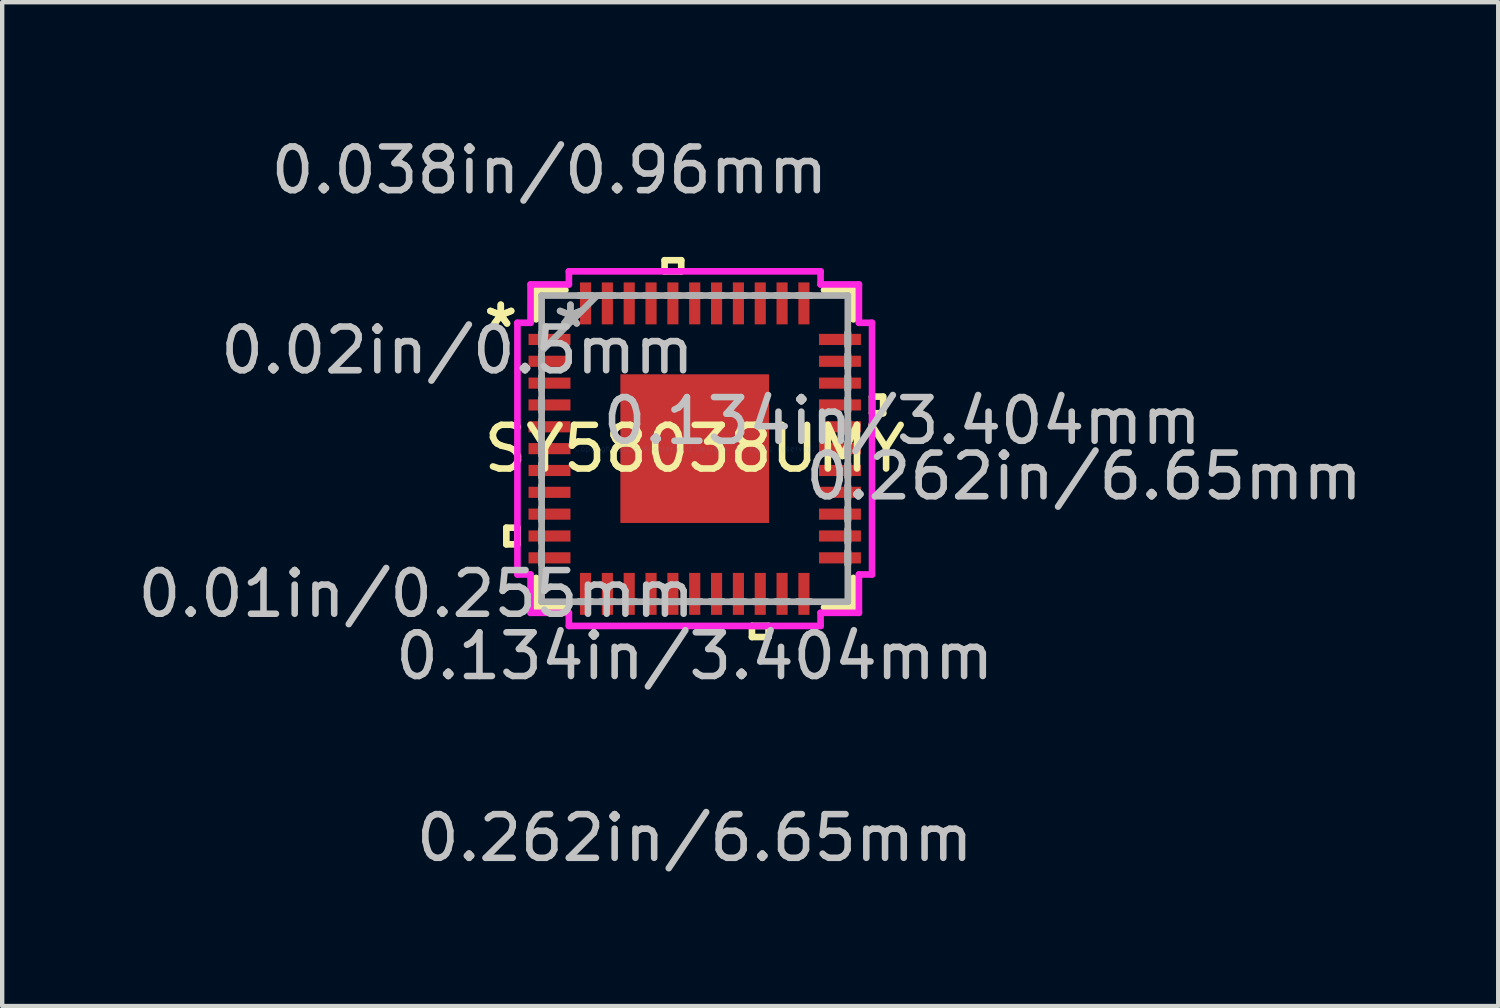
<source format=kicad_pcb>
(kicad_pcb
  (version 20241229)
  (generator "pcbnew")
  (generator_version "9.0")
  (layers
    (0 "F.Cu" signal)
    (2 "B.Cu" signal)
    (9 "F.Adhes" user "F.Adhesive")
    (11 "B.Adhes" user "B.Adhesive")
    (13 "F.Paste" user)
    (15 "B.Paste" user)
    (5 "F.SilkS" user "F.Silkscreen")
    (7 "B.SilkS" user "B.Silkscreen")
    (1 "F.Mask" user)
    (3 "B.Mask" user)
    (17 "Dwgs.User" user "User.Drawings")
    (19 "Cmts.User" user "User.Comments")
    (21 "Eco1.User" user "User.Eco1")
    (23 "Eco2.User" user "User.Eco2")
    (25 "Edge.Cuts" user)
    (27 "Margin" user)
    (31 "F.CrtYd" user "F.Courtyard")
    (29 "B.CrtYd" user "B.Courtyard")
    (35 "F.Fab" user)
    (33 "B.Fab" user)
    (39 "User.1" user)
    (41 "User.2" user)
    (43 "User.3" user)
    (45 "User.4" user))
  (footprint "SY58038UMY"
    (layer "F.Cu")
    (at 12.855 7.221)
    (property "Reference" "SY58038UMY" (at 0 0 0) (layer "F.SilkS") (effects (font (size 1 1) (thickness 0.15))))
    (attr through_hole)
    (fp_line (start -4.313 1.81) (end -4.313 2.191) (stroke (width 0.152) (type solid)) (layer "F.SilkS"))
    (fp_line (start -4.313 2.191) (end -4.059 2.191) (stroke (width 0.152) (type solid)) (layer "F.SilkS"))
    (fp_line (start -4.059 1.81) (end -4.313 1.81) (stroke (width 0.152) (type solid)) (layer "F.SilkS"))
    (fp_line (start -4.059 2.191) (end -4.059 1.81) (stroke (width 0.152) (type solid)) (layer "F.SilkS"))
    (fp_line (start -3.632 -3.632) (end -3.632 -2.96) (stroke (width 0.152) (type solid)) (layer "F.SilkS"))
    (fp_line (start -3.632 2.96) (end -3.632 3.632) (stroke (width 0.152) (type solid)) (layer "F.SilkS"))
    (fp_line (start -3.632 3.632) (end -2.96 3.632) (stroke (width 0.152) (type solid)) (layer "F.SilkS"))
    (fp_line (start -2.96 -3.632) (end -3.632 -3.632) (stroke (width 0.152) (type solid)) (layer "F.SilkS"))
    (fp_line (start -0.69 -4.313) (end -0.309 -4.313) (stroke (width 0.152) (type solid)) (layer "F.SilkS"))
    (fp_line (start -0.69 -4.059) (end -0.69 -4.313) (stroke (width 0.152) (type solid)) (layer "F.SilkS"))
    (fp_line (start -0.309 -4.313) (end -0.309 -4.059) (stroke (width 0.152) (type solid)) (layer "F.SilkS"))
    (fp_line (start -0.309 -4.059) (end -0.69 -4.059) (stroke (width 0.152) (type solid)) (layer "F.SilkS"))
    (fp_line (start 1.31 4.059) (end 1.31 4.313) (stroke (width 0.152) (type solid)) (layer "F.SilkS"))
    (fp_line (start 1.31 4.313) (end 1.69 4.313) (stroke (width 0.152) (type solid)) (layer "F.SilkS"))
    (fp_line (start 1.69 4.059) (end 1.31 4.059) (stroke (width 0.152) (type solid)) (layer "F.SilkS"))
    (fp_line (start 1.69 4.313) (end 1.69 4.059) (stroke (width 0.152) (type solid)) (layer "F.SilkS"))
    (fp_line (start 2.96 3.632) (end 3.632 3.632) (stroke (width 0.152) (type solid)) (layer "F.SilkS"))
    (fp_line (start 3.632 -3.632) (end 2.96 -3.632) (stroke (width 0.152) (type solid)) (layer "F.SilkS"))
    (fp_line (start 3.632 -2.96) (end 3.632 -3.632) (stroke (width 0.152) (type solid)) (layer "F.SilkS"))
    (fp_line (start 3.632 3.632) (end 3.632 2.96) (stroke (width 0.152) (type solid)) (layer "F.SilkS"))
    (fp_line (start 4.059 -1.191) (end 4.313 -1.191) (stroke (width 0.152) (type solid)) (layer "F.SilkS"))
    (fp_line (start 4.059 -0.81) (end 4.059 -1.191) (stroke (width 0.152) (type solid)) (layer "F.SilkS"))
    (fp_line (start 4.313 -1.191) (end 4.313 -0.81) (stroke (width 0.152) (type solid)) (layer "F.SilkS"))
    (fp_line (start 4.313 -0.81) (end 4.059 -0.81) (stroke (width 0.152) (type solid)) (layer "F.SilkS"))
    (fp_line (start -1.602 -1.602) (end -1.602 -0.1) (stroke (width 0.152) (type solid)) (layer "F.Paste"))
    (fp_line (start -1.602 -0.1) (end -0.1 -0.1) (stroke (width 0.152) (type solid)) (layer "F.Paste"))
    (fp_line (start -1.602 0.1) (end -1.602 1.602) (stroke (width 0.152) (type solid)) (layer "F.Paste"))
    (fp_line (start -1.602 1.602) (end -0.1 1.602) (stroke (width 0.152) (type solid)) (layer "F.Paste"))
    (fp_line (start -0.1 -1.602) (end -1.602 -1.602) (stroke (width 0.152) (type solid)) (layer "F.Paste"))
    (fp_line (start -0.1 -0.1) (end -0.1 -1.602) (stroke (width 0.152) (type solid)) (layer "F.Paste"))
    (fp_line (start -0.1 0.1) (end -1.602 0.1) (stroke (width 0.152) (type solid)) (layer "F.Paste"))
    (fp_line (start -0.1 1.602) (end -0.1 0.1) (stroke (width 0.152) (type solid)) (layer "F.Paste"))
    (fp_line (start 0.1 -1.602) (end 0.1 -0.1) (stroke (width 0.152) (type solid)) (layer "F.Paste"))
    (fp_line (start 0.1 -0.1) (end 1.602 -0.1) (stroke (width 0.152) (type solid)) (layer "F.Paste"))
    (fp_line (start 0.1 0.1) (end 0.1 1.602) (stroke (width 0.152) (type solid)) (layer "F.Paste"))
    (fp_line (start 0.1 1.602) (end 1.602 1.602) (stroke (width 0.152) (type solid)) (layer "F.Paste"))
    (fp_line (start 1.602 -1.602) (end 0.1 -1.602) (stroke (width 0.152) (type solid)) (layer "F.Paste"))
    (fp_line (start 1.602 -0.1) (end 1.602 -1.602) (stroke (width 0.152) (type solid)) (layer "F.Paste"))
    (fp_line (start 1.602 0.1) (end 0.1 0.1) (stroke (width 0.152) (type solid)) (layer "F.Paste"))
    (fp_line (start 1.602 1.602) (end 1.602 0.1) (stroke (width 0.152) (type solid)) (layer "F.Paste"))
    (fp_line (start -4.059 -2.881) (end -3.759 -2.881) (stroke (width 0.152) (type solid)) (layer "F.CrtYd"))
    (fp_line (start -4.059 2.881) (end -4.059 -2.881) (stroke (width 0.152) (type solid)) (layer "F.CrtYd"))
    (fp_line (start -3.759 -3.759) (end -2.881 -3.759) (stroke (width 0.152) (type solid)) (layer "F.CrtYd"))
    (fp_line (start -3.759 -2.881) (end -3.759 -3.759) (stroke (width 0.152) (type solid)) (layer "F.CrtYd"))
    (fp_line (start -3.759 2.881) (end -4.059 2.881) (stroke (width 0.152) (type solid)) (layer "F.CrtYd"))
    (fp_line (start -3.759 3.759) (end -3.759 2.881) (stroke (width 0.152) (type solid)) (layer "F.CrtYd"))
    (fp_line (start -2.881 -4.059) (end 2.881 -4.059) (stroke (width 0.152) (type solid)) (layer "F.CrtYd"))
    (fp_line (start -2.881 -3.759) (end -2.881 -4.059) (stroke (width 0.152) (type solid)) (layer "F.CrtYd"))
    (fp_line (start -2.881 3.759) (end -3.759 3.759) (stroke (width 0.152) (type solid)) (layer "F.CrtYd"))
    (fp_line (start -2.881 4.059) (end -2.881 3.759) (stroke (width 0.152) (type solid)) (layer "F.CrtYd"))
    (fp_line (start 2.881 -4.059) (end 2.881 -3.759) (stroke (width 0.152) (type solid)) (layer "F.CrtYd"))
    (fp_line (start 2.881 -3.759) (end 3.759 -3.759) (stroke (width 0.152) (type solid)) (layer "F.CrtYd"))
    (fp_line (start 2.881 3.759) (end 2.881 4.059) (stroke (width 0.152) (type solid)) (layer "F.CrtYd"))
    (fp_line (start 2.881 4.059) (end -2.881 4.059) (stroke (width 0.152) (type solid)) (layer "F.CrtYd"))
    (fp_line (start 3.759 -3.759) (end 3.759 -2.881) (stroke (width 0.152) (type solid)) (layer "F.CrtYd"))
    (fp_line (start 3.759 -2.881) (end 4.059 -2.881) (stroke (width 0.152) (type solid)) (layer "F.CrtYd"))
    (fp_line (start 3.759 2.881) (end 3.759 3.759) (stroke (width 0.152) (type solid)) (layer "F.CrtYd"))
    (fp_line (start 3.759 3.759) (end 2.881 3.759) (stroke (width 0.152) (type solid)) (layer "F.CrtYd"))
    (fp_line (start 4.059 -2.881) (end 4.059 2.881) (stroke (width 0.152) (type solid)) (layer "F.CrtYd"))
    (fp_line (start 4.059 2.881) (end 3.759 2.881) (stroke (width 0.152) (type solid)) (layer "F.CrtYd"))
    (fp_line (start -3.505 -3.505) (end -3.505 -3.505) (stroke (width 0.152) (type solid)) (layer "F.Fab"))
    (fp_line (start -3.505 -3.505) (end -3.505 3.505) (stroke (width 0.152) (type solid)) (layer "F.Fab"))
    (fp_line (start -3.505 -2.652) (end -3.505 -2.652) (stroke (width 0.152) (type solid)) (layer "F.Fab"))
    (fp_line (start -3.505 -2.652) (end -3.505 -2.348) (stroke (width 0.152) (type solid)) (layer "F.Fab"))
    (fp_line (start -3.505 -2.348) (end -3.505 -2.652) (stroke (width 0.152) (type solid)) (layer "F.Fab"))
    (fp_line (start -3.505 -2.348) (end -3.505 -2.348) (stroke (width 0.152) (type solid)) (layer "F.Fab"))
    (fp_line (start -3.505 -2.235) (end -2.235 -3.505) (stroke (width 0.152) (type solid)) (layer "F.Fab"))
    (fp_line (start -3.505 -2.152) (end -3.505 -2.152) (stroke (width 0.152) (type solid)) (layer "F.Fab"))
    (fp_line (start -3.505 -2.152) (end -3.505 -1.848) (stroke (width 0.152) (type solid)) (layer "F.Fab"))
    (fp_line (start -3.505 -1.848) (end -3.505 -2.152) (stroke (width 0.152) (type solid)) (layer "F.Fab"))
    (fp_line (start -3.505 -1.848) (end -3.505 -1.848) (stroke (width 0.152) (type solid)) (layer "F.Fab"))
    (fp_line (start -3.505 -1.652) (end -3.505 -1.652) (stroke (width 0.152) (type solid)) (layer "F.Fab"))
    (fp_line (start -3.505 -1.652) (end -3.505 -1.348) (stroke (width 0.152) (type solid)) (layer "F.Fab"))
    (fp_line (start -3.505 -1.348) (end -3.505 -1.652) (stroke (width 0.152) (type solid)) (layer "F.Fab"))
    (fp_line (start -3.505 -1.348) (end -3.505 -1.348) (stroke (width 0.152) (type solid)) (layer "F.Fab"))
    (fp_line (start -3.505 -1.152) (end -3.505 -1.152) (stroke (width 0.152) (type solid)) (layer "F.Fab"))
    (fp_line (start -3.505 -1.152) (end -3.505 -0.848) (stroke (width 0.152) (type solid)) (layer "F.Fab"))
    (fp_line (start -3.505 -0.848) (end -3.505 -1.152) (stroke (width 0.152) (type solid)) (layer "F.Fab"))
    (fp_line (start -3.505 -0.848) (end -3.505 -0.848) (stroke (width 0.152) (type solid)) (layer "F.Fab"))
    (fp_line (start -3.505 -0.652) (end -3.505 -0.652) (stroke (width 0.152) (type solid)) (layer "F.Fab"))
    (fp_line (start -3.505 -0.652) (end -3.505 -0.348) (stroke (width 0.152) (type solid)) (layer "F.Fab"))
    (fp_line (start -3.505 -0.348) (end -3.505 -0.652) (stroke (width 0.152) (type solid)) (layer "F.Fab"))
    (fp_line (start -3.505 -0.348) (end -3.505 -0.348) (stroke (width 0.152) (type solid)) (layer "F.Fab"))
    (fp_line (start -3.505 -0.152) (end -3.505 -0.152) (stroke (width 0.152) (type solid)) (layer "F.Fab"))
    (fp_line (start -3.505 -0.152) (end -3.505 0.152) (stroke (width 0.152) (type solid)) (layer "F.Fab"))
    (fp_line (start -3.505 0.152) (end -3.505 -0.152) (stroke (width 0.152) (type solid)) (layer "F.Fab"))
    (fp_line (start -3.505 0.152) (end -3.505 0.152) (stroke (width 0.152) (type solid)) (layer "F.Fab"))
    (fp_line (start -3.505 0.348) (end -3.505 0.348) (stroke (width 0.152) (type solid)) (layer "F.Fab"))
    (fp_line (start -3.505 0.348) (end -3.505 0.652) (stroke (width 0.152) (type solid)) (layer "F.Fab"))
    (fp_line (start -3.505 0.652) (end -3.505 0.348) (stroke (width 0.152) (type solid)) (layer "F.Fab"))
    (fp_line (start -3.505 0.652) (end -3.505 0.652) (stroke (width 0.152) (type solid)) (layer "F.Fab"))
    (fp_line (start -3.505 0.848) (end -3.505 0.848) (stroke (width 0.152) (type solid)) (layer "F.Fab"))
    (fp_line (start -3.505 0.848) (end -3.505 1.152) (stroke (width 0.152) (type solid)) (layer "F.Fab"))
    (fp_line (start -3.505 1.152) (end -3.505 0.848) (stroke (width 0.152) (type solid)) (layer "F.Fab"))
    (fp_line (start -3.505 1.152) (end -3.505 1.152) (stroke (width 0.152) (type solid)) (layer "F.Fab"))
    (fp_line (start -3.505 1.348) (end -3.505 1.348) (stroke (width 0.152) (type solid)) (layer "F.Fab"))
    (fp_line (start -3.505 1.348) (end -3.505 1.652) (stroke (width 0.152) (type solid)) (layer "F.Fab"))
    (fp_line (start -3.505 1.652) (end -3.505 1.348) (stroke (width 0.152) (type solid)) (layer "F.Fab"))
    (fp_line (start -3.505 1.652) (end -3.505 1.652) (stroke (width 0.152) (type solid)) (layer "F.Fab"))
    (fp_line (start -3.505 1.848) (end -3.505 1.848) (stroke (width 0.152) (type solid)) (layer "F.Fab"))
    (fp_line (start -3.505 1.848) (end -3.505 2.152) (stroke (width 0.152) (type solid)) (layer "F.Fab"))
    (fp_line (start -3.505 2.152) (end -3.505 1.848) (stroke (width 0.152) (type solid)) (layer "F.Fab"))
    (fp_line (start -3.505 2.152) (end -3.505 2.152) (stroke (width 0.152) (type solid)) (layer "F.Fab"))
    (fp_line (start -3.505 2.348) (end -3.505 2.348) (stroke (width 0.152) (type solid)) (layer "F.Fab"))
    (fp_line (start -3.505 2.348) (end -3.505 2.652) (stroke (width 0.152) (type solid)) (layer "F.Fab"))
    (fp_line (start -3.505 2.652) (end -3.505 2.348) (stroke (width 0.152) (type solid)) (layer "F.Fab"))
    (fp_line (start -3.505 2.652) (end -3.505 2.652) (stroke (width 0.152) (type solid)) (layer "F.Fab"))
    (fp_line (start -3.505 3.505) (end -3.505 3.505) (stroke (width 0.152) (type solid)) (layer "F.Fab"))
    (fp_line (start -3.505 3.505) (end 3.505 3.505) (stroke (width 0.152) (type solid)) (layer "F.Fab"))
    (fp_line (start -2.652 -3.505) (end -2.652 -3.505) (stroke (width 0.152) (type solid)) (layer "F.Fab"))
    (fp_line (start -2.652 -3.505) (end -2.348 -3.505) (stroke (width 0.152) (type solid)) (layer "F.Fab"))
    (fp_line (start -2.652 3.505) (end -2.652 3.505) (stroke (width 0.152) (type solid)) (layer "F.Fab"))
    (fp_line (start -2.652 3.505) (end -2.348 3.505) (stroke (width 0.152) (type solid)) (layer "F.Fab"))
    (fp_line (start -2.348 -3.505) (end -2.652 -3.505) (stroke (width 0.152) (type solid)) (layer "F.Fab"))
    (fp_line (start -2.348 -3.505) (end -2.348 -3.505) (stroke (width 0.152) (type solid)) (layer "F.Fab"))
    (fp_line (start -2.348 3.505) (end -2.652 3.505) (stroke (width 0.152) (type solid)) (layer "F.Fab"))
    (fp_line (start -2.348 3.505) (end -2.348 3.505) (stroke (width 0.152) (type solid)) (layer "F.Fab"))
    (fp_line (start -2.152 -3.505) (end -2.152 -3.505) (stroke (width 0.152) (type solid)) (layer "F.Fab"))
    (fp_line (start -2.152 -3.505) (end -1.848 -3.505) (stroke (width 0.152) (type solid)) (layer "F.Fab"))
    (fp_line (start -2.152 3.505) (end -2.152 3.505) (stroke (width 0.152) (type solid)) (layer "F.Fab"))
    (fp_line (start -2.152 3.505) (end -1.848 3.505) (stroke (width 0.152) (type solid)) (layer "F.Fab"))
    (fp_line (start -1.848 -3.505) (end -2.152 -3.505) (stroke (width 0.152) (type solid)) (layer "F.Fab"))
    (fp_line (start -1.848 -3.505) (end -1.848 -3.505) (stroke (width 0.152) (type solid)) (layer "F.Fab"))
    (fp_line (start -1.848 3.505) (end -2.152 3.505) (stroke (width 0.152) (type solid)) (layer "F.Fab"))
    (fp_line (start -1.848 3.505) (end -1.848 3.505) (stroke (width 0.152) (type solid)) (layer "F.Fab"))
    (fp_line (start -1.652 -3.505) (end -1.652 -3.505) (stroke (width 0.152) (type solid)) (layer "F.Fab"))
    (fp_line (start -1.652 -3.505) (end -1.348 -3.505) (stroke (width 0.152) (type solid)) (layer "F.Fab"))
    (fp_line (start -1.652 3.505) (end -1.652 3.505) (stroke (width 0.152) (type solid)) (layer "F.Fab"))
    (fp_line (start -1.652 3.505) (end -1.348 3.505) (stroke (width 0.152) (type solid)) (layer "F.Fab"))
    (fp_line (start -1.348 -3.505) (end -1.652 -3.505) (stroke (width 0.152) (type solid)) (layer "F.Fab"))
    (fp_line (start -1.348 -3.505) (end -1.348 -3.505) (stroke (width 0.152) (type solid)) (layer "F.Fab"))
    (fp_line (start -1.348 3.505) (end -1.652 3.505) (stroke (width 0.152) (type solid)) (layer "F.Fab"))
    (fp_line (start -1.348 3.505) (end -1.348 3.505) (stroke (width 0.152) (type solid)) (layer "F.Fab"))
    (fp_line (start -1.152 -3.505) (end -1.152 -3.505) (stroke (width 0.152) (type solid)) (layer "F.Fab"))
    (fp_line (start -1.152 -3.505) (end -0.848 -3.505) (stroke (width 0.152) (type solid)) (layer "F.Fab"))
    (fp_line (start -1.152 3.505) (end -1.152 3.505) (stroke (width 0.152) (type solid)) (layer "F.Fab"))
    (fp_line (start -1.152 3.505) (end -0.848 3.505) (stroke (width 0.152) (type solid)) (layer "F.Fab"))
    (fp_line (start -0.848 -3.505) (end -1.152 -3.505) (stroke (width 0.152) (type solid)) (layer "F.Fab"))
    (fp_line (start -0.848 -3.505) (end -0.848 -3.505) (stroke (width 0.152) (type solid)) (layer "F.Fab"))
    (fp_line (start -0.848 3.505) (end -1.152 3.505) (stroke (width 0.152) (type solid)) (layer "F.Fab"))
    (fp_line (start -0.848 3.505) (end -0.848 3.505) (stroke (width 0.152) (type solid)) (layer "F.Fab"))
    (fp_line (start -0.652 -3.505) (end -0.652 -3.505) (stroke (width 0.152) (type solid)) (layer "F.Fab"))
    (fp_line (start -0.652 -3.505) (end -0.348 -3.505) (stroke (width 0.152) (type solid)) (layer "F.Fab"))
    (fp_line (start -0.652 3.505) (end -0.652 3.505) (stroke (width 0.152) (type solid)) (layer "F.Fab"))
    (fp_line (start -0.652 3.505) (end -0.348 3.505) (stroke (width 0.152) (type solid)) (layer "F.Fab"))
    (fp_line (start -0.348 -3.505) (end -0.652 -3.505) (stroke (width 0.152) (type solid)) (layer "F.Fab"))
    (fp_line (start -0.348 -3.505) (end -0.348 -3.505) (stroke (width 0.152) (type solid)) (layer "F.Fab"))
    (fp_line (start -0.348 3.505) (end -0.652 3.505) (stroke (width 0.152) (type solid)) (layer "F.Fab"))
    (fp_line (start -0.348 3.505) (end -0.348 3.505) (stroke (width 0.152) (type solid)) (layer "F.Fab"))
    (fp_line (start -0.152 -3.505) (end -0.152 -3.505) (stroke (width 0.152) (type solid)) (layer "F.Fab"))
    (fp_line (start -0.152 -3.505) (end 0.152 -3.505) (stroke (width 0.152) (type solid)) (layer "F.Fab"))
    (fp_line (start -0.152 3.505) (end -0.152 3.505) (stroke (width 0.152) (type solid)) (layer "F.Fab"))
    (fp_line (start -0.152 3.505) (end 0.152 3.505) (stroke (width 0.152) (type solid)) (layer "F.Fab"))
    (fp_line (start 0.152 -3.505) (end -0.152 -3.505) (stroke (width 0.152) (type solid)) (layer "F.Fab"))
    (fp_line (start 0.152 -3.505) (end 0.152 -3.505) (stroke (width 0.152) (type solid)) (layer "F.Fab"))
    (fp_line (start 0.152 3.505) (end -0.152 3.505) (stroke (width 0.152) (type solid)) (layer "F.Fab"))
    (fp_line (start 0.152 3.505) (end 0.152 3.505) (stroke (width 0.152) (type solid)) (layer "F.Fab"))
    (fp_line (start 0.348 -3.505) (end 0.348 -3.505) (stroke (width 0.152) (type solid)) (layer "F.Fab"))
    (fp_line (start 0.348 -3.505) (end 0.652 -3.505) (stroke (width 0.152) (type solid)) (layer "F.Fab"))
    (fp_line (start 0.348 3.505) (end 0.348 3.505) (stroke (width 0.152) (type solid)) (layer "F.Fab"))
    (fp_line (start 0.348 3.505) (end 0.652 3.505) (stroke (width 0.152) (type solid)) (layer "F.Fab"))
    (fp_line (start 0.652 -3.505) (end 0.348 -3.505) (stroke (width 0.152) (type solid)) (layer "F.Fab"))
    (fp_line (start 0.652 -3.505) (end 0.652 -3.505) (stroke (width 0.152) (type solid)) (layer "F.Fab"))
    (fp_line (start 0.652 3.505) (end 0.348 3.505) (stroke (width 0.152) (type solid)) (layer "F.Fab"))
    (fp_line (start 0.652 3.505) (end 0.652 3.505) (stroke (width 0.152) (type solid)) (layer "F.Fab"))
    (fp_line (start 0.848 -3.505) (end 0.848 -3.505) (stroke (width 0.152) (type solid)) (layer "F.Fab"))
    (fp_line (start 0.848 -3.505) (end 1.152 -3.505) (stroke (width 0.152) (type solid)) (layer "F.Fab"))
    (fp_line (start 0.848 3.505) (end 0.848 3.505) (stroke (width 0.152) (type solid)) (layer "F.Fab"))
    (fp_line (start 0.848 3.505) (end 1.152 3.505) (stroke (width 0.152) (type solid)) (layer "F.Fab"))
    (fp_line (start 1.152 -3.505) (end 0.848 -3.505) (stroke (width 0.152) (type solid)) (layer "F.Fab"))
    (fp_line (start 1.152 -3.505) (end 1.152 -3.505) (stroke (width 0.152) (type solid)) (layer "F.Fab"))
    (fp_line (start 1.152 3.505) (end 0.848 3.505) (stroke (width 0.152) (type solid)) (layer "F.Fab"))
    (fp_line (start 1.152 3.505) (end 1.152 3.505) (stroke (width 0.152) (type solid)) (layer "F.Fab"))
    (fp_line (start 1.348 -3.505) (end 1.348 -3.505) (stroke (width 0.152) (type solid)) (layer "F.Fab"))
    (fp_line (start 1.348 -3.505) (end 1.652 -3.505) (stroke (width 0.152) (type solid)) (layer "F.Fab"))
    (fp_line (start 1.348 3.505) (end 1.348 3.505) (stroke (width 0.152) (type solid)) (layer "F.Fab"))
    (fp_line (start 1.348 3.505) (end 1.652 3.505) (stroke (width 0.152) (type solid)) (layer "F.Fab"))
    (fp_line (start 1.652 -3.505) (end 1.348 -3.505) (stroke (width 0.152) (type solid)) (layer "F.Fab"))
    (fp_line (start 1.652 -3.505) (end 1.652 -3.505) (stroke (width 0.152) (type solid)) (layer "F.Fab"))
    (fp_line (start 1.652 3.505) (end 1.348 3.505) (stroke (width 0.152) (type solid)) (layer "F.Fab"))
    (fp_line (start 1.652 3.505) (end 1.652 3.505) (stroke (width 0.152) (type solid)) (layer "F.Fab"))
    (fp_line (start 1.848 -3.505) (end 1.848 -3.505) (stroke (width 0.152) (type solid)) (layer "F.Fab"))
    (fp_line (start 1.848 -3.505) (end 2.152 -3.505) (stroke (width 0.152) (type solid)) (layer "F.Fab"))
    (fp_line (start 1.848 3.505) (end 1.848 3.505) (stroke (width 0.152) (type solid)) (layer "F.Fab"))
    (fp_line (start 1.848 3.505) (end 2.152 3.505) (stroke (width 0.152) (type solid)) (layer "F.Fab"))
    (fp_line (start 2.152 -3.505) (end 1.848 -3.505) (stroke (width 0.152) (type solid)) (layer "F.Fab"))
    (fp_line (start 2.152 -3.505) (end 2.152 -3.505) (stroke (width 0.152) (type solid)) (layer "F.Fab"))
    (fp_line (start 2.152 3.505) (end 1.848 3.505) (stroke (width 0.152) (type solid)) (layer "F.Fab"))
    (fp_line (start 2.152 3.505) (end 2.152 3.505) (stroke (width 0.152) (type solid)) (layer "F.Fab"))
    (fp_line (start 2.348 -3.505) (end 2.348 -3.505) (stroke (width 0.152) (type solid)) (layer "F.Fab"))
    (fp_line (start 2.348 -3.505) (end 2.652 -3.505) (stroke (width 0.152) (type solid)) (layer "F.Fab"))
    (fp_line (start 2.348 3.505) (end 2.348 3.505) (stroke (width 0.152) (type solid)) (layer "F.Fab"))
    (fp_line (start 2.348 3.505) (end 2.652 3.505) (stroke (width 0.152) (type solid)) (layer "F.Fab"))
    (fp_line (start 2.652 -3.505) (end 2.348 -3.505) (stroke (width 0.152) (type solid)) (layer "F.Fab"))
    (fp_line (start 2.652 -3.505) (end 2.652 -3.505) (stroke (width 0.152) (type solid)) (layer "F.Fab"))
    (fp_line (start 2.652 3.505) (end 2.348 3.505) (stroke (width 0.152) (type solid)) (layer "F.Fab"))
    (fp_line (start 2.652 3.505) (end 2.652 3.505) (stroke (width 0.152) (type solid)) (layer "F.Fab"))
    (fp_line (start 3.505 -3.505) (end -3.505 -3.505) (stroke (width 0.152) (type solid)) (layer "F.Fab"))
    (fp_line (start 3.505 -3.505) (end 3.505 -3.505) (stroke (width 0.152) (type solid)) (layer "F.Fab"))
    (fp_line (start 3.505 -2.652) (end 3.505 -2.652) (stroke (width 0.152) (type solid)) (layer "F.Fab"))
    (fp_line (start 3.505 -2.652) (end 3.505 -2.348) (stroke (width 0.152) (type solid)) (layer "F.Fab"))
    (fp_line (start 3.505 -2.348) (end 3.505 -2.652) (stroke (width 0.152) (type solid)) (layer "F.Fab"))
    (fp_line (start 3.505 -2.348) (end 3.505 -2.348) (stroke (width 0.152) (type solid)) (layer "F.Fab"))
    (fp_line (start 3.505 -2.152) (end 3.505 -2.152) (stroke (width 0.152) (type solid)) (layer "F.Fab"))
    (fp_line (start 3.505 -2.152) (end 3.505 -1.848) (stroke (width 0.152) (type solid)) (layer "F.Fab"))
    (fp_line (start 3.505 -1.848) (end 3.505 -2.152) (stroke (width 0.152) (type solid)) (layer "F.Fab"))
    (fp_line (start 3.505 -1.848) (end 3.505 -1.848) (stroke (width 0.152) (type solid)) (layer "F.Fab"))
    (fp_line (start 3.505 -1.652) (end 3.505 -1.652) (stroke (width 0.152) (type solid)) (layer "F.Fab"))
    (fp_line (start 3.505 -1.652) (end 3.505 -1.348) (stroke (width 0.152) (type solid)) (layer "F.Fab"))
    (fp_line (start 3.505 -1.348) (end 3.505 -1.652) (stroke (width 0.152) (type solid)) (layer "F.Fab"))
    (fp_line (start 3.505 -1.348) (end 3.505 -1.348) (stroke (width 0.152) (type solid)) (layer "F.Fab"))
    (fp_line (start 3.505 -1.152) (end 3.505 -1.152) (stroke (width 0.152) (type solid)) (layer "F.Fab"))
    (fp_line (start 3.505 -1.152) (end 3.505 -0.848) (stroke (width 0.152) (type solid)) (layer "F.Fab"))
    (fp_line (start 3.505 -0.848) (end 3.505 -1.152) (stroke (width 0.152) (type solid)) (layer "F.Fab"))
    (fp_line (start 3.505 -0.848) (end 3.505 -0.848) (stroke (width 0.152) (type solid)) (layer "F.Fab"))
    (fp_line (start 3.505 -0.652) (end 3.505 -0.652) (stroke (width 0.152) (type solid)) (layer "F.Fab"))
    (fp_line (start 3.505 -0.652) (end 3.505 -0.348) (stroke (width 0.152) (type solid)) (layer "F.Fab"))
    (fp_line (start 3.505 -0.348) (end 3.505 -0.652) (stroke (width 0.152) (type solid)) (layer "F.Fab"))
    (fp_line (start 3.505 -0.348) (end 3.505 -0.348) (stroke (width 0.152) (type solid)) (layer "F.Fab"))
    (fp_line (start 3.505 -0.152) (end 3.505 -0.152) (stroke (width 0.152) (type solid)) (layer "F.Fab"))
    (fp_line (start 3.505 -0.152) (end 3.505 0.152) (stroke (width 0.152) (type solid)) (layer "F.Fab"))
    (fp_line (start 3.505 0.152) (end 3.505 -0.152) (stroke (width 0.152) (type solid)) (layer "F.Fab"))
    (fp_line (start 3.505 0.152) (end 3.505 0.152) (stroke (width 0.152) (type solid)) (layer "F.Fab"))
    (fp_line (start 3.505 0.348) (end 3.505 0.348) (stroke (width 0.152) (type solid)) (layer "F.Fab"))
    (fp_line (start 3.505 0.348) (end 3.505 0.652) (stroke (width 0.152) (type solid)) (layer "F.Fab"))
    (fp_line (start 3.505 0.652) (end 3.505 0.348) (stroke (width 0.152) (type solid)) (layer "F.Fab"))
    (fp_line (start 3.505 0.652) (end 3.505 0.652) (stroke (width 0.152) (type solid)) (layer "F.Fab"))
    (fp_line (start 3.505 0.848) (end 3.505 0.848) (stroke (width 0.152) (type solid)) (layer "F.Fab"))
    (fp_line (start 3.505 0.848) (end 3.505 1.152) (stroke (width 0.152) (type solid)) (layer "F.Fab"))
    (fp_line (start 3.505 1.152) (end 3.505 0.848) (stroke (width 0.152) (type solid)) (layer "F.Fab"))
    (fp_line (start 3.505 1.152) (end 3.505 1.152) (stroke (width 0.152) (type solid)) (layer "F.Fab"))
    (fp_line (start 3.505 1.348) (end 3.505 1.348) (stroke (width 0.152) (type solid)) (layer "F.Fab"))
    (fp_line (start 3.505 1.348) (end 3.505 1.652) (stroke (width 0.152) (type solid)) (layer "F.Fab"))
    (fp_line (start 3.505 1.652) (end 3.505 1.348) (stroke (width 0.152) (type solid)) (layer "F.Fab"))
    (fp_line (start 3.505 1.652) (end 3.505 1.652) (stroke (width 0.152) (type solid)) (layer "F.Fab"))
    (fp_line (start 3.505 1.848) (end 3.505 1.848) (stroke (width 0.152) (type solid)) (layer "F.Fab"))
    (fp_line (start 3.505 1.848) (end 3.505 2.152) (stroke (width 0.152) (type solid)) (layer "F.Fab"))
    (fp_line (start 3.505 2.152) (end 3.505 1.848) (stroke (width 0.152) (type solid)) (layer "F.Fab"))
    (fp_line (start 3.505 2.152) (end 3.505 2.152) (stroke (width 0.152) (type solid)) (layer "F.Fab"))
    (fp_line (start 3.505 2.348) (end 3.505 2.348) (stroke (width 0.152) (type solid)) (layer "F.Fab"))
    (fp_line (start 3.505 2.348) (end 3.505 2.652) (stroke (width 0.152) (type solid)) (layer "F.Fab"))
    (fp_line (start 3.505 2.652) (end 3.505 2.348) (stroke (width 0.152) (type solid)) (layer "F.Fab"))
    (fp_line (start 3.505 2.652) (end 3.505 2.652) (stroke (width 0.152) (type solid)) (layer "F.Fab"))
    (fp_line (start 3.505 3.505) (end 3.505 -3.505) (stroke (width 0.152) (type solid)) (layer "F.Fab"))
    (fp_line (start 3.505 3.505) (end 3.505 3.505) (stroke (width 0.152) (type solid)) (layer "F.Fab"))
    (fp_text user "*" (at -4.44 -2.75 0) (layer "F.SilkS") (effects (font (size 1 1) (thickness 0.15))))
    (fp_text user "*" (at -4.44 -2.75 0) (layer "F.SilkS") (effects (font (size 1 1) (thickness 0.15))))
    (fp_text user "0.01in/0.255mm" (at -6.373 3.325 0) (layer "Dwgs.User") (effects (font (size 1 1) (thickness 0.15))))
    (fp_text user "0.02in/0.5mm" (at -5.433 -2.25 0) (layer "Dwgs.User") (effects (font (size 1 1) (thickness 0.15))))
    (fp_text user "0.134in/3.404mm" (at 0 4.75 0) (layer "Dwgs.User") (effects (font (size 1 1) (thickness 0.15))))
    (fp_text user "0.262in/6.65mm" (at 8.913 0.635 0) (layer "Dwgs.User") (effects (font (size 1 1) (thickness 0.15))))
    (fp_text user "0.134in/3.404mm" (at 4.75 -0.635 0) (layer "Dwgs.User") (effects (font (size 1 1) (thickness 0.15))))
    (fp_text user "0.262in/6.65mm" (at 0 8.913 0) (layer "Dwgs.User") (effects (font (size 1 1) (thickness 0.15))))
    (fp_text user "0.038in/0.96mm" (at -3.325 -6.373 0) (layer "Dwgs.User") (effects (font (size 1 1) (thickness 0.15))))
    (fp_text user "Copyright 2016 Accelerated Designs. All rights reserved." (at 0 0 0) (layer "Cmts.User") (effects (font (size 0.127 0.127) (thickness 0.002))))
    (fp_text user "*" (at -2.845 -2.75 0) (layer "F.Fab") (effects (font (size 1 1) (thickness 0.15))))
    (fp_text user "*" (at -2.845 -2.75 0) (layer "F.Fab") (effects (font (size 1 1) (thickness 0.15))))
    (pad "1" smd rect (at -3.325 -2.5 90) (size 0.255 0.96) (layers "F.Cu" "F.Mask" "F.Paste"))
    (pad "2" smd rect (at -3.325 -2 90) (size 0.255 0.96) (layers "F.Cu" "F.Mask" "F.Paste"))
    (pad "3" smd rect (at -3.325 -1.5 90) (size 0.255 0.96) (layers "F.Cu" "F.Mask" "F.Paste"))
    (pad "4" smd rect (at -3.325 -1 90) (size 0.255 0.96) (layers "F.Cu" "F.Mask" "F.Paste"))
    (pad "5" smd rect (at -3.325 -0.5 90) (size 0.255 0.96) (layers "F.Cu" "F.Mask" "F.Paste"))
    (pad "6" smd rect (at -3.325 0 90) (size 0.255 0.96) (layers "F.Cu" "F.Mask" "F.Paste"))
    (pad "7" smd rect (at -3.325 0.5 90) (size 0.255 0.96) (layers "F.Cu" "F.Mask" "F.Paste"))
    (pad "8" smd rect (at -3.325 1 90) (size 0.255 0.96) (layers "F.Cu" "F.Mask" "F.Paste"))
    (pad "9" smd rect (at -3.325 1.5 90) (size 0.255 0.96) (layers "F.Cu" "F.Mask" "F.Paste"))
    (pad "10" smd rect (at -3.325 2 90) (size 0.255 0.96) (layers "F.Cu" "F.Mask" "F.Paste"))
    (pad "11" smd rect (at -3.325 2.5 90) (size 0.255 0.96) (layers "F.Cu" "F.Mask" "F.Paste"))
    (pad "12" smd rect (at -2.5 3.325) (size 0.255 0.96) (layers "F.Cu" "F.Mask" "F.Paste"))
    (pad "13" smd rect (at -2 3.325) (size 0.255 0.96) (layers "F.Cu" "F.Mask" "F.Paste"))
    (pad "14" smd rect (at -1.5 3.325) (size 0.255 0.96) (layers "F.Cu" "F.Mask" "F.Paste"))
    (pad "15" smd rect (at -1 3.325) (size 0.255 0.96) (layers "F.Cu" "F.Mask" "F.Paste"))
    (pad "16" smd rect (at -0.5 3.325) (size 0.255 0.96) (layers "F.Cu" "F.Mask" "F.Paste"))
    (pad "17" smd rect (at 0 3.325) (size 0.255 0.96) (layers "F.Cu" "F.Mask" "F.Paste"))
    (pad "18" smd rect (at 0.5 3.325) (size 0.255 0.96) (layers "F.Cu" "F.Mask" "F.Paste"))
    (pad "19" smd rect (at 1 3.325) (size 0.255 0.96) (layers "F.Cu" "F.Mask" "F.Paste"))
    (pad "20" smd rect (at 1.5 3.325) (size 0.255 0.96) (layers "F.Cu" "F.Mask" "F.Paste"))
    (pad "21" smd rect (at 2 3.325) (size 0.255 0.96) (layers "F.Cu" "F.Mask" "F.Paste"))
    (pad "22" smd rect (at 2.5 3.325) (size 0.255 0.96) (layers "F.Cu" "F.Mask" "F.Paste"))
    (pad "23" smd rect (at 3.325 2.5 90) (size 0.255 0.96) (layers "F.Cu" "F.Mask" "F.Paste"))
    (pad "24" smd rect (at 3.325 2 90) (size 0.255 0.96) (layers "F.Cu" "F.Mask" "F.Paste"))
    (pad "25" smd rect (at 3.325 1.5 90) (size 0.255 0.96) (layers "F.Cu" "F.Mask" "F.Paste"))
    (pad "26" smd rect (at 3.325 1 90) (size 0.255 0.96) (layers "F.Cu" "F.Mask" "F.Paste"))
    (pad "27" smd rect (at 3.325 0.5 90) (size 0.255 0.96) (layers "F.Cu" "F.Mask" "F.Paste"))
    (pad "28" smd rect (at 3.325 0 90) (size 0.255 0.96) (layers "F.Cu" "F.Mask" "F.Paste"))
    (pad "29" smd rect (at 3.325 -0.5 90) (size 0.255 0.96) (layers "F.Cu" "F.Mask" "F.Paste"))
    (pad "30" smd rect (at 3.325 -1 90) (size 0.255 0.96) (layers "F.Cu" "F.Mask" "F.Paste"))
    (pad "31" smd rect (at 3.325 -1.5 90) (size 0.255 0.96) (layers "F.Cu" "F.Mask" "F.Paste"))
    (pad "32" smd rect (at 3.325 -2 90) (size 0.255 0.96) (layers "F.Cu" "F.Mask" "F.Paste"))
    (pad "33" smd rect (at 3.325 -2.5 90) (size 0.255 0.96) (layers "F.Cu" "F.Mask" "F.Paste"))
    (pad "34" smd rect (at 2.5 -3.325) (size 0.255 0.96) (layers "F.Cu" "F.Mask" "F.Paste"))
    (pad "35" smd rect (at 2 -3.325) (size 0.255 0.96) (layers "F.Cu" "F.Mask" "F.Paste"))
    (pad "36" smd rect (at 1.5 -3.325) (size 0.255 0.96) (layers "F.Cu" "F.Mask" "F.Paste"))
    (pad "37" smd rect (at 1 -3.325) (size 0.255 0.96) (layers "F.Cu" "F.Mask" "F.Paste"))
    (pad "38" smd rect (at 0.5 -3.325) (size 0.255 0.96) (layers "F.Cu" "F.Mask" "F.Paste"))
    (pad "39" smd rect (at 0 -3.325) (size 0.255 0.96) (layers "F.Cu" "F.Mask" "F.Paste"))
    (pad "40" smd rect (at -0.5 -3.325) (size 0.255 0.96) (layers "F.Cu" "F.Mask" "F.Paste"))
    (pad "41" smd rect (at -1 -3.325) (size 0.255 0.96) (layers "F.Cu" "F.Mask" "F.Paste"))
    (pad "42" smd rect (at -1.5 -3.325) (size 0.255 0.96) (layers "F.Cu" "F.Mask" "F.Paste"))
    (pad "43" smd rect (at -2 -3.325) (size 0.255 0.96) (layers "F.Cu" "F.Mask" "F.Paste"))
    (pad "44" smd rect (at -2.5 -3.325) (size 0.255 0.96) (layers "F.Cu" "F.Mask" "F.Paste"))
    (pad "45" smd rect (at 0 0) (size 3.404 3.404) (layers "F.Cu" "F.Mask" "F.Paste")))
  (gr_rect
    (start -3 -3)
    (end 31.25 19.982)
    (stroke (width 0.1) (type default))
    (fill no)
    (layer "Edge.Cuts")))
</source>
